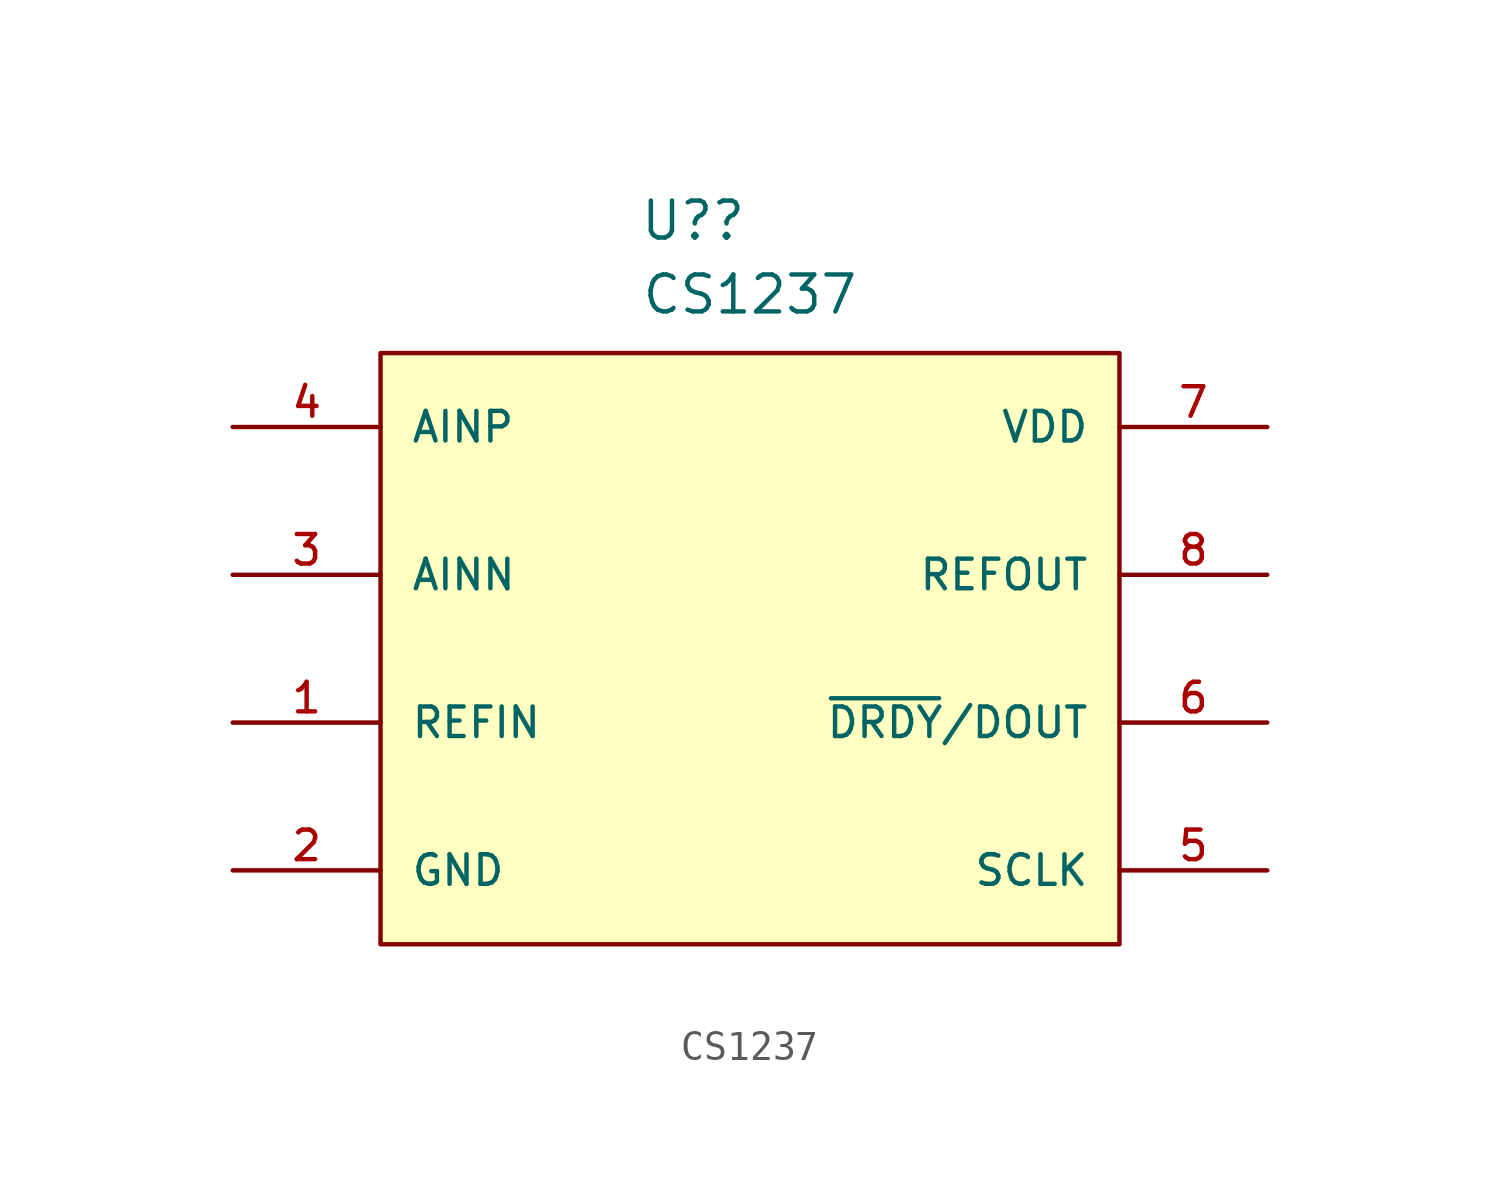
<source format=kicad_sym>
(kicad_symbol_lib
  (version 20211014)
  (generator kicad_symbol_editor)
  (symbol "CS1237"
    (pin_names
      (offset 1.016))
    (property "Reference" "U?"
      (at -3.81 13.97 0)
      (effects (font (size 1.27 1.27)) (justify left bottom)))
    (property "Value" "CS1237"
      (at 0 11.43 0)
      (effects (font (size 1.27 1.27)) (justify bottom)))
    (symbol "CS1237_0_0"
      (rectangle (start -12.7 -10.16) (end 12.7 10.16) (stroke (width 0.152) (type default) (color 0 0 0 0)) (fill (type background)))
      (pin input line (at -17.78 -2.54 0) (length 5.08) (name "REFIN" (effects (font (size 1.016 1.016)))) (number "1" (effects (font (size 1.016 1.016)))))
      (pin power_in line (at -17.78 -7.62 0) (length 5.08) (name "GND" (effects (font (size 1.016 1.016)))) (number "2" (effects (font (size 1.016 1.016)))))
      (pin input line (at -17.78 2.54 0) (length 5.08) (name "AINN" (effects (font (size 1.016 1.016)))) (number "3" (effects (font (size 1.016 1.016)))))
      (pin input line (at -17.78 7.62 0) (length 5.08) (name "AINP" (effects (font (size 1.016 1.016)))) (number "4" (effects (font (size 1.016 1.016)))))
      (pin input line (at 17.78 -7.62 180) (length 5.08) (name "SCLK" (effects (font (size 1.016 1.016)))) (number "5" (effects (font (size 1.016 1.016)))))
      (pin open_collector line (at 17.78 -2.54 180) (length 5.08) (name "~{DRDY}/DOUT" (effects (font (size 1.016 1.016)))) (number "6" (effects (font (size 1.016 1.016)))))
      (pin power_in line (at 17.78 7.62 180) (length 5.08) (name "VDD" (effects (font (size 1.016 1.016)))) (number "7" (effects (font (size 1.016 1.016)))))
      (pin output line (at 17.78 2.54 180) (length 5.08) (name "REFOUT" (effects (font (size 1.016 1.016)))) (number "8" (effects (font (size 1.016 1.016))))))))
</source>
